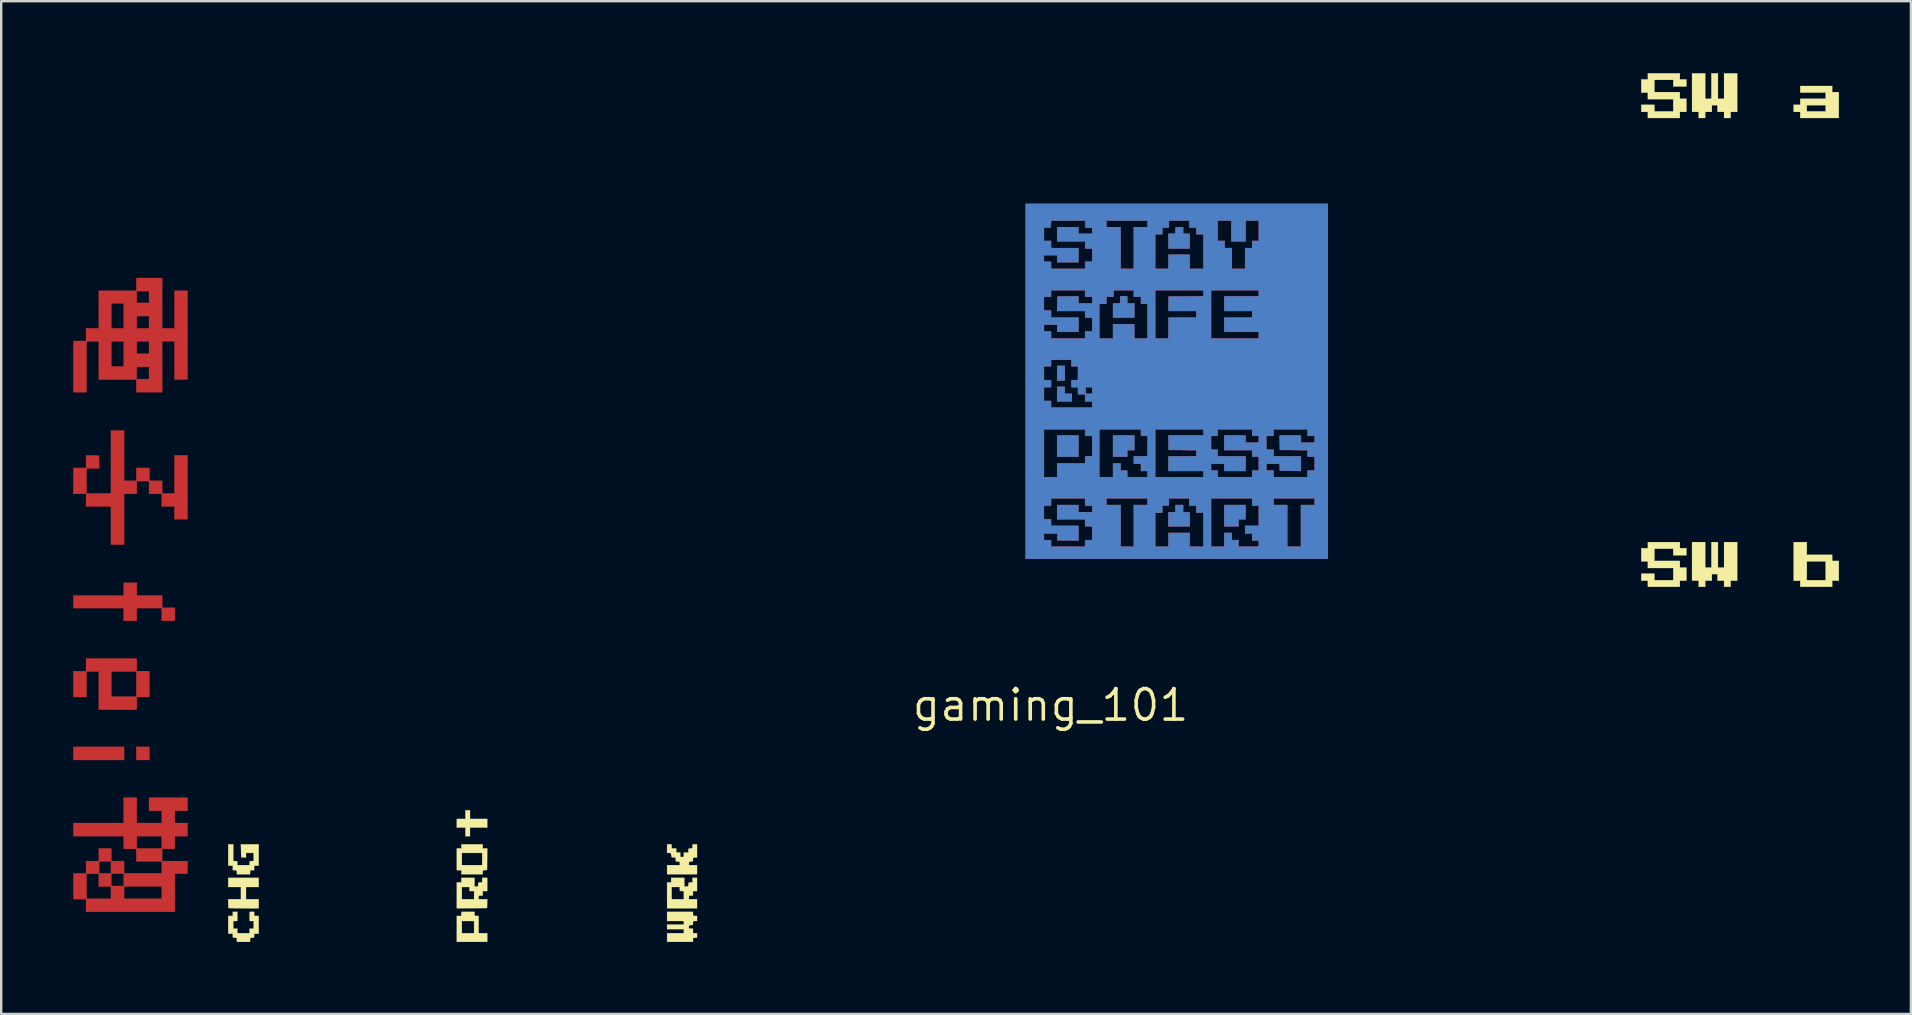
<source format=kicad_pcb>
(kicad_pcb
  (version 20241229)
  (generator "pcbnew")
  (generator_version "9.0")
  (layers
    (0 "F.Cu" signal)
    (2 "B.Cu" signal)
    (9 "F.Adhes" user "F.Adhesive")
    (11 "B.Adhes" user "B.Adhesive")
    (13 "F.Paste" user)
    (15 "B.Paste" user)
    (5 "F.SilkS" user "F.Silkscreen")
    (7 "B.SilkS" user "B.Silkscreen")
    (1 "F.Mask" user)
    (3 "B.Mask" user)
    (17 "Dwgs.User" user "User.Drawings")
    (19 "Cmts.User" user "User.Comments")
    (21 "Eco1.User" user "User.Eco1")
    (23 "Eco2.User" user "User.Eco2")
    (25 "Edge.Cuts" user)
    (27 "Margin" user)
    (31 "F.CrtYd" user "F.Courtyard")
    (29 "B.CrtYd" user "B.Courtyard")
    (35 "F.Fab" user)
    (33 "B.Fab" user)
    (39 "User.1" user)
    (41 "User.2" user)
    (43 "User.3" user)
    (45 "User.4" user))
  (footprint "gaming_101"
    (layer "F.Cu")
    (at 40.73 26.336)
    (property "Reference" "gaming_101" (at 0 0 0) (layer "F.SilkS") (effects (font (size 1.27 1.27) (thickness 0.15))))
    (attr through_hole)
    (fp_poly (pts (xy -38.608 2.286) (xy -40.725 2.286) (xy -40.725 1.736) (xy -38.608 1.736) (xy -38.608 2.286)) (stroke (width 0.01) (type solid)) (fill yes) (layer "F.Cu"))
    (fp_poly (pts (xy -37.55 2.286) (xy -38.1 2.286) (xy -38.1 1.736) (xy -37.55 1.736) (xy -37.55 2.286)) (stroke (width 0.01) (type solid)) (fill yes) (layer "F.Cu"))
    (fp_poly (pts (xy 0.593 -13.525) (xy 0.275 -13.525) (xy 0.275 -14.139) (xy 0.593 -14.139) (xy 0.593 -13.525)) (stroke (width 0.01) (type solid)) (fill yes) (layer "F.Cu"))
    (fp_poly (pts (xy 1.164 -10.351) (xy 0.275 -10.351) (xy 0.275 -11.239) (xy 1.164 -11.239) (xy 1.164 -10.351)) (stroke (width 0.01) (type solid)) (fill yes) (layer "F.Cu"))
    (fp_poly (pts (xy 0.593 -12.975) (xy 0.889 -12.975) (xy 0.889 -12.658) (xy 0.275 -12.658) (xy 0.275 -13.271) (xy 0.593 -13.271) (xy 0.593 -12.975)) (stroke (width 0.01) (type solid)) (fill yes) (layer "F.Cu"))
    (fp_poly (pts (xy 3.493 -10.626) (xy 3.196 -10.626) (xy 3.196 -10.351) (xy 2.603 -10.351) (xy 2.603 -11.239) (xy 3.493 -11.239) (xy 3.493 -10.626)) (stroke (width 0.01) (type solid)) (fill yes) (layer "F.Cu"))
    (fp_poly (pts (xy 8.128 -7.747) (xy 7.832 -7.747) (xy 7.832 -7.451) (xy 7.239 -7.451) (xy 7.239 -8.34) (xy 8.128 -8.34) (xy 8.128 -7.747)) (stroke (width 0.01) (type solid)) (fill yes) (layer "F.Cu"))
    (fp_poly (pts (xy 3.196 -16.743) (xy 3.493 -16.743) (xy 3.493 -16.15) (xy 2.603 -16.15) (xy 2.603 -16.743) (xy 2.9 -16.743) (xy 2.9 -17.039) (xy 3.196 -17.039) (xy 3.196 -16.743)) (stroke (width 0.01) (type solid)) (fill yes) (layer "F.Cu"))
    (fp_poly (pts (xy 5.524 -19.643) (xy 5.8 -19.643) (xy 5.8 -19.029) (xy 4.911 -19.029) (xy 4.911 -19.643) (xy 5.207 -19.643) (xy 5.207 -19.918) (xy 5.524 -19.918) (xy 5.524 -19.643)) (stroke (width 0.01) (type solid)) (fill yes) (layer "F.Cu"))
    (fp_poly (pts (xy 5.524 -8.043) (xy 5.8 -8.043) (xy 5.8 -7.451) (xy 4.911 -7.451) (xy 4.911 -8.043) (xy 5.207 -8.043) (xy 5.207 -8.34) (xy 5.524 -8.34) (xy 5.524 -8.043)) (stroke (width 0.01) (type solid)) (fill yes) (layer "F.Cu"))
    (fp_poly (pts (xy -38.079 -4.572) (xy -37.02 -4.572) (xy -37.02 -4.064) (xy -36.491 -4.064) (xy -36.491 -3.514) (xy -37.042 -3.514) (xy -37.042 -4.043) (xy -38.079 -4.043) (xy -38.079 -3.514) (xy -38.629 -3.514) (xy -38.629 -4.043) (xy -40.725 -4.043) (xy -40.725 -4.572) (xy -38.629 -4.572) (xy -38.629 -5.101) (xy -38.079 -5.101) (xy -38.079 -4.572)) (stroke (width 0.01) (type solid)) (fill yes) (layer "F.Cu"))
    (fp_poly (pts (xy -38.079 -1.418) (xy -37.55 -1.418) (xy -37.55 -0.339) (xy -38.079 -0.339) (xy -38.079 0.191) (xy -39.666 0.191) (xy -39.666 -1.397) (xy -39.137 -1.397) (xy -39.137 -0.36) (xy -38.1 -0.36) (xy -38.1 -1.397) (xy -39.137 -1.397) (xy -39.666 -1.397) (xy -40.174 -1.397) (xy -40.174 -0.339) (xy -40.725 -0.339) (xy -40.725 -1.418) (xy -40.196 -1.418) (xy -40.196 -1.947) (xy -38.079 -1.947) (xy -38.079 -1.418)) (stroke (width 0.01) (type solid)) (fill yes) (layer "F.Cu"))
    (fp_poly (pts (xy -38.608 -9.356) (xy -38.1 -9.356) (xy -38.1 -9.885) (xy -37.55 -9.885) (xy -37.55 -9.356) (xy -37.02 -9.356) (xy -37.02 -8.826) (xy -36.513 -8.826) (xy -36.513 -10.414) (xy -35.962 -10.414) (xy -35.962 -7.747) (xy -36.513 -7.747) (xy -36.513 -8.276) (xy -37.042 -8.276) (xy -37.042 -8.805) (xy -37.571 -8.805) (xy -37.571 -9.335) (xy -38.079 -9.335) (xy -38.079 -8.805) (xy -38.608 -8.805) (xy -38.608 -6.689) (xy -39.158 -6.689) (xy -39.158 -8.276) (xy -40.196 -8.276) (xy -40.196 -8.805) (xy -40.725 -8.805) (xy -40.725 -9.885) (xy -40.196 -9.885) (xy -40.196 -10.415) (xy -39.656 -10.403) (xy -39.644 -9.864) (xy -40.174 -9.864) (xy -40.174 -8.826) (xy -39.158 -8.826) (xy -39.158 -11.451) (xy -38.608 -11.451) (xy -38.608 -9.356)) (stroke (width 0.01) (type solid)) (fill yes) (layer "F.Cu"))
    (fp_poly (pts (xy -37.02 -15.706) (xy -36.513 -15.706) (xy -36.513 -17.272) (xy -35.962 -17.272) (xy -35.962 -13.568) (xy -36.513 -13.568) (xy -36.513 -15.155) (xy -37.02 -15.155) (xy -37.02 -13.039) (xy -38.1 -13.039) (xy -38.1 -13.568) (xy -39.666 -13.568) (xy -39.666 -14.097) (xy -38.079 -14.097) (xy -38.079 -13.589) (xy -37.571 -13.589) (xy -37.571 -14.097) (xy -38.079 -14.097) (xy -39.666 -14.097) (xy -39.666 -15.155) (xy -39.137 -15.155) (xy -39.137 -14.118) (xy -38.629 -14.118) (xy -38.629 -15.155) (xy -38.079 -15.155) (xy -38.079 -14.647) (xy -37.571 -14.647) (xy -37.571 -15.155) (xy -38.079 -15.155) (xy -38.629 -15.155) (xy -39.137 -15.155) (xy -39.666 -15.155) (xy -40.174 -15.155) (xy -40.174 -13.039) (xy -40.725 -13.039) (xy -40.725 -15.177) (xy -40.196 -15.177) (xy -40.196 -15.706) (xy -39.666 -15.706) (xy -39.666 -16.743) (xy -39.137 -16.743) (xy -39.137 -15.706) (xy -38.629 -15.706) (xy -38.629 -16.214) (xy -38.079 -16.214) (xy -38.079 -15.706) (xy -37.571 -15.706) (xy -37.571 -16.214) (xy -38.079 -16.214) (xy -38.629 -16.214) (xy -38.629 -16.743) (xy -39.137 -16.743) (xy -39.666 -16.743) (xy -39.666 -17.251) (xy -38.079 -17.251) (xy -38.079 -16.764) (xy -37.571 -16.764) (xy -37.571 -17.251) (xy -38.079 -17.251) (xy -39.666 -17.251) (xy -39.666 -17.272) (xy -38.1 -17.272) (xy -38.1 -17.801) (xy -37.02 -17.801) (xy -37.02 -15.706)) (stroke (width 0.01) (type solid)) (fill yes) (layer "F.Cu"))
    (fp_poly (pts (xy -38.079 4.911) (xy -37.042 4.911) (xy -37.042 4.403) (xy -37.571 4.403) (xy -37.571 3.852) (xy -35.962 3.852) (xy -35.962 4.403) (xy -36.491 4.403) (xy -36.491 4.911) (xy -35.962 4.911) (xy -35.962 5.461) (xy -36.491 5.461) (xy -36.491 5.99) (xy -37.02 5.99) (xy -37.02 6.498) (xy -35.962 6.498) (xy -35.962 7.027) (xy -36.491 7.027) (xy -36.491 8.615) (xy -40.196 8.615) (xy -40.196 8.086) (xy -40.725 8.086) (xy -40.725 7.027) (xy -40.174 7.027) (xy -40.174 8.065) (xy -39.158 8.065) (xy -39.158 7.556) (xy -38.608 7.556) (xy -38.608 8.065) (xy -37.042 8.065) (xy -37.042 7.556) (xy -38.608 7.556) (xy -39.158 7.556) (xy -39.666 7.556) (xy -39.666 7.027) (xy -39.137 7.027) (xy -39.137 7.535) (xy -38.629 7.535) (xy -38.629 7.027) (xy -39.137 7.027) (xy -39.666 7.027) (xy -40.174 7.027) (xy -40.725 7.027) (xy -40.725 7.006) (xy -40.196 7.006) (xy -40.196 6.519) (xy -39.645 6.519) (xy -39.645 7.006) (xy -39.158 7.006) (xy -39.158 6.519) (xy -39.645 6.519) (xy -40.196 6.519) (xy -40.196 6.498) (xy -39.666 6.498) (xy -39.666 5.969) (xy -39.137 5.969) (xy -39.137 6.498) (xy -38.608 6.498) (xy -38.608 7.006) (xy -37.042 7.006) (xy -37.042 6.519) (xy -38.1 6.519) (xy -38.1 5.99) (xy -38.629 5.99) (xy -38.629 5.461) (xy -38.079 5.461) (xy -38.079 5.969) (xy -37.042 5.969) (xy -37.042 5.461) (xy -38.079 5.461) (xy -38.629 5.461) (xy -40.725 5.461) (xy -40.725 4.911) (xy -38.629 4.911) (xy -38.629 3.852) (xy -38.079 3.852) (xy -38.079 4.911)) (stroke (width 0.01) (type solid)) (fill yes) (layer "F.Cu"))
    (fp_poly (pts (xy 11.557 -6.096) (xy -1.037 -6.096) (xy -1.037 -8.319) (xy -0.275 -8.319) (xy -0.275 -7.747) (xy 0.021 -7.747) (xy 0.021 -7.472) (xy 1.164 -7.472) (xy 1.164 -6.857) (xy 0.286 -6.869) (xy 0.273 -7.154) (xy -0.275 -7.154) (xy -0.275 -6.879) (xy 0.021 -6.879) (xy 0.021 -6.604) (xy 1.439 -6.604) (xy 1.439 -6.879) (xy 1.736 -6.879) (xy 1.736 -7.451) (xy 1.439 -7.451) (xy 1.439 -7.747) (xy 0.275 -7.747) (xy 0.275 -8.34) (xy 1.164 -8.34) (xy 1.164 -8.043) (xy 1.736 -8.043) (xy 1.736 -8.319) (xy 1.439 -8.319) (xy 1.439 -8.615) (xy 2.328 -8.615) (xy 2.328 -8.34) (xy 2.921 -8.34) (xy 2.921 -6.604) (xy 3.471 -6.604) (xy 3.471 -8.022) (xy 4.36 -8.022) (xy 4.36 -6.604) (xy 4.911 -6.604) (xy 4.911 -7.176) (xy 5.8 -7.176) (xy 5.8 -6.604) (xy 6.371 -6.604) (xy 6.371 -8.022) (xy 6.075 -8.022) (xy 6.075 -8.319) (xy 5.779 -8.319) (xy 5.779 -8.615) (xy 6.689 -8.615) (xy 6.689 -6.604) (xy 7.239 -6.604) (xy 7.239 -7.176) (xy 7.556 -7.176) (xy 7.556 -6.879) (xy 7.832 -6.879) (xy 7.832 -6.604) (xy 8.678 -6.604) (xy 8.678 -6.858) (xy 8.403 -6.858) (xy 8.403 -7.154) (xy 8.107 -7.154) (xy 8.107 -7.472) (xy 8.678 -7.472) (xy 8.678 -8.319) (xy 8.403 -8.319) (xy 8.403 -8.615) (xy 9.292 -8.615) (xy 9.292 -8.34) (xy 9.864 -8.34) (xy 9.864 -6.604) (xy 10.435 -6.604) (xy 10.435 -8.34) (xy 11.007 -8.34) (xy 11.007 -8.615) (xy 9.292 -8.615) (xy 8.403 -8.615) (xy 6.689 -8.615) (xy 5.779 -8.615) (xy 4.932 -8.615) (xy 4.932 -8.319) (xy 4.657 -8.319) (xy 4.657 -8.022) (xy 4.36 -8.022) (xy 3.471 -8.022) (xy 3.471 -8.34) (xy 4.043 -8.34) (xy 4.043 -8.615) (xy 2.328 -8.615) (xy 1.439 -8.615) (xy 0.021 -8.615) (xy 0.021 -8.319) (xy -0.275 -8.319) (xy -1.037 -8.319) (xy -1.037 -11.493) (xy -0.275 -11.493) (xy -0.275 -9.504) (xy 0.275 -9.504) (xy 0.275 -10.075) (xy 1.439 -10.075) (xy 1.439 -10.372) (xy 1.736 -10.372) (xy 1.736 -11.218) (xy 1.439 -11.218) (xy 1.439 -11.493) (xy 2.032 -11.493) (xy 2.032 -9.504) (xy 2.603 -9.504) (xy 2.603 -10.075) (xy 2.921 -10.075) (xy 2.921 -9.779) (xy 3.196 -9.779) (xy 3.196 -9.504) (xy 4.043 -9.504) (xy 4.043 -9.758) (xy 3.768 -9.758) (xy 3.768 -10.054) (xy 3.471 -10.054) (xy 3.471 -10.372) (xy 4.043 -10.372) (xy 4.043 -11.218) (xy 3.768 -11.218) (xy 3.768 -11.493) (xy 4.36 -11.493) (xy 4.36 -9.504) (xy 6.371 -9.504) (xy 6.371 -9.758) (xy 4.911 -9.758) (xy 4.911 -10.372) (xy 6.075 -10.372) (xy 6.075 -10.625) (xy 5.498 -10.631) (xy 4.921 -10.636) (xy 4.91 -11.218) (xy 6.689 -11.218) (xy 6.689 -10.647) (xy 6.964 -10.647) (xy 6.964 -10.372) (xy 8.128 -10.372) (xy 8.128 -9.758) (xy 7.239 -9.758) (xy 7.239 -10.054) (xy 6.689 -10.054) (xy 6.689 -9.779) (xy 6.964 -9.779) (xy 6.964 -9.504) (xy 8.403 -9.504) (xy 8.403 -9.779) (xy 8.678 -9.779) (xy 8.678 -10.351) (xy 8.403 -10.351) (xy 8.403 -10.626) (xy 7.239 -10.626) (xy 7.239 -11.239) (xy 8.128 -11.239) (xy 8.128 -10.943) (xy 8.678 -10.943) (xy 8.678 -11.218) (xy 8.996 -11.218) (xy 8.996 -10.647) (xy 9.292 -10.647) (xy 9.292 -10.372) (xy 10.435 -10.372) (xy 10.435 -9.757) (xy 9.557 -9.768) (xy 9.544 -10.054) (xy 8.996 -10.054) (xy 8.996 -9.779) (xy 9.292 -9.779) (xy 9.292 -9.504) (xy 10.71 -9.504) (xy 10.71 -9.779) (xy 11.007 -9.779) (xy 11.007 -10.351) (xy 10.71 -10.351) (xy 10.71 -10.625) (xy 10.134 -10.631) (xy 9.557 -10.636) (xy 9.545 -11.239) (xy 10.435 -11.239) (xy 10.435 -10.943) (xy 11.007 -10.943) (xy 11.007 -11.218) (xy 10.71 -11.218) (xy 10.71 -11.493) (xy 9.292 -11.493) (xy 9.292 -11.218) (xy 8.996 -11.218) (xy 8.678 -11.218) (xy 8.403 -11.218) (xy 8.403 -11.493) (xy 6.964 -11.493) (xy 6.964 -11.218) (xy 6.689 -11.218) (xy 4.91 -11.218) (xy 4.91 -11.239) (xy 6.371 -11.239) (xy 6.371 -11.493) (xy 4.36 -11.493) (xy 3.768 -11.493) (xy 2.032 -11.493) (xy 1.439 -11.493) (xy -0.275 -11.493) (xy -1.037 -11.493) (xy -1.037 -14.118) (xy -0.275 -14.118) (xy -0.275 -13.547) (xy 0.021 -13.547) (xy 0.021 -13.25) (xy -0.275 -13.25) (xy -0.275 -12.679) (xy 0.021 -12.679) (xy 0.021 -12.404) (xy 1.736 -12.404) (xy 1.736 -12.658) (xy 1.439 -12.658) (xy 1.439 -12.954) (xy 1.143 -12.954) (xy 1.143 -13.25) (xy 1.46 -13.25) (xy 1.46 -12.975) (xy 1.736 -12.975) (xy 1.736 -13.25) (xy 1.46 -13.25) (xy 1.143 -13.25) (xy 0.868 -13.25) (xy 0.868 -13.547) (xy 1.143 -13.547) (xy 1.143 -14.118) (xy 0.868 -14.118) (xy 0.868 -14.393) (xy 0.021 -14.393) (xy 0.021 -14.118) (xy -0.275 -14.118) (xy -1.037 -14.118) (xy -1.037 -17.018) (xy -0.275 -17.018) (xy -0.275 -16.447) (xy 0.021 -16.447) (xy 0.021 -16.15) (xy 1.164 -16.15) (xy 1.164 -15.557) (xy 0.275 -15.557) (xy 0.275 -15.854) (xy -0.275 -15.854) (xy -0.275 -15.579) (xy 0.021 -15.579) (xy 0.021 -15.282) (xy 1.439 -15.282) (xy 1.439 -15.579) (xy 1.736 -15.579) (xy 1.736 -16.15) (xy 1.439 -16.15) (xy 1.439 -16.425) (xy 0.274 -16.425) (xy 0.28 -16.722) (xy 2.032 -16.722) (xy 2.032 -15.282) (xy 2.603 -15.282) (xy 2.603 -15.875) (xy 3.493 -15.875) (xy 3.493 -15.282) (xy 4.043 -15.282) (xy 4.043 -16.722) (xy 3.768 -16.722) (xy 3.768 -17.018) (xy 3.471 -17.018) (xy 3.471 -17.293) (xy 4.36 -17.293) (xy 4.36 -15.282) (xy 4.911 -15.282) (xy 4.911 -16.15) (xy 6.075 -16.15) (xy 6.075 -16.425) (xy 4.91 -16.425) (xy 4.921 -17.029) (xy 5.646 -17.034) (xy 6.371 -17.04) (xy 6.371 -17.293) (xy 6.689 -17.293) (xy 6.689 -15.282) (xy 8.678 -15.282) (xy 8.678 -15.557) (xy 7.239 -15.557) (xy 7.239 -16.15) (xy 8.403 -16.15) (xy 8.403 -16.425) (xy 7.239 -16.425) (xy 7.239 -17.039) (xy 8.678 -17.039) (xy 8.678 -17.293) (xy 6.689 -17.293) (xy 6.371 -17.293) (xy 4.36 -17.293) (xy 3.471 -17.293) (xy 2.625 -17.293) (xy 2.625 -17.018) (xy 2.328 -17.018) (xy 2.328 -16.722) (xy 2.032 -16.722) (xy 0.28 -16.722) (xy 0.286 -17.029) (xy 1.164 -17.04) (xy 1.164 -16.743) (xy 1.736 -16.743) (xy 1.736 -17.018) (xy 1.439 -17.018) (xy 1.439 -17.293) (xy 0.021 -17.293) (xy 0.021 -17.018) (xy -0.275 -17.018) (xy -1.037 -17.018) (xy -1.037 -19.895) (xy -0.275 -19.895) (xy -0.275 -19.346) (xy 0.021 -19.346) (xy 0.021 -19.05) (xy 1.164 -19.05) (xy 1.164 -18.457) (xy 0.275 -18.457) (xy 0.275 -18.754) (xy -0.275 -18.754) (xy -0.275 -18.479) (xy 0.021 -18.479) (xy 0.021 -18.182) (xy 1.439 -18.182) (xy 1.439 -18.479) (xy 1.736 -18.479) (xy 1.736 -19.029) (xy 1.439 -19.029) (xy 1.439 -19.325) (xy 0.275 -19.325) (xy 0.275 -19.918) (xy 1.164 -19.918) (xy 1.164 -19.643) (xy 1.736 -19.643) (xy 1.736 -19.895) (xy 1.593 -19.901) (xy 1.45 -19.907) (xy 1.444 -20.05) (xy 1.437 -20.193) (xy 2.328 -20.193) (xy 2.328 -19.918) (xy 2.921 -19.918) (xy 2.921 -18.182) (xy 3.471 -18.182) (xy 3.471 -19.622) (xy 4.36 -19.622) (xy 4.36 -18.182) (xy 4.911 -18.182) (xy 4.911 -18.775) (xy 5.8 -18.775) (xy 5.8 -18.182) (xy 6.371 -18.182) (xy 6.371 -19.622) (xy 6.075 -19.622) (xy 6.075 -19.895) (xy 5.932 -19.901) (xy 5.789 -19.907) (xy 5.777 -20.193) (xy 6.964 -20.193) (xy 6.964 -19.346) (xy 7.26 -19.346) (xy 7.26 -19.05) (xy 7.556 -19.05) (xy 7.556 -18.182) (xy 8.107 -18.182) (xy 8.107 -19.05) (xy 8.403 -19.05) (xy 8.403 -19.346) (xy 8.678 -19.346) (xy 8.678 -20.193) (xy 8.128 -20.193) (xy 8.128 -19.325) (xy 7.535 -19.325) (xy 7.535 -20.193) (xy 6.964 -20.193) (xy 5.777 -20.193) (xy 4.932 -20.193) (xy 4.932 -19.897) (xy 4.657 -19.897) (xy 4.657 -19.622) (xy 4.36 -19.622) (xy 3.471 -19.622) (xy 3.471 -19.918) (xy 4.043 -19.918) (xy 4.043 -20.193) (xy 2.328 -20.193) (xy 1.437 -20.193) (xy 0.023 -20.193) (xy 0.017 -20.05) (xy 0.011 -19.907) (xy -0.132 -19.901) (xy -0.275 -19.895) (xy -1.037 -19.895) (xy -1.037 -20.892) (xy 11.557 -20.892) (xy 11.557 -6.096)) (stroke (width 0.01) (type solid)) (fill yes) (layer "F.Cu"))
    (fp_poly (pts (xy -38.608 2.286) (xy -40.725 2.286) (xy -40.725 1.736) (xy -38.608 1.736) (xy -38.608 2.286)) (stroke (width 0.01) (type solid)) (fill yes) (layer "F.Mask"))
    (fp_poly (pts (xy -37.55 2.286) (xy -38.1 2.286) (xy -38.1 1.736) (xy -37.55 1.736) (xy -37.55 2.286)) (stroke (width 0.01) (type solid)) (fill yes) (layer "F.Mask"))
    (fp_poly (pts (xy 11.557 -6.096) (xy -1.037 -6.096) (xy -1.037 -20.892) (xy 11.557 -20.892) (xy 11.557 -6.096)) (stroke (width 0.01) (type solid)) (fill yes) (layer "F.Mask"))
    (fp_poly (pts (xy -38.079 -4.572) (xy -37.02 -4.572) (xy -37.02 -4.064) (xy -36.491 -4.064) (xy -36.491 -3.514) (xy -37.042 -3.514) (xy -37.042 -4.043) (xy -38.079 -4.043) (xy -38.079 -3.514) (xy -38.629 -3.514) (xy -38.629 -4.043) (xy -40.725 -4.043) (xy -40.725 -4.572) (xy -38.629 -4.572) (xy -38.629 -5.101) (xy -38.079 -5.101) (xy -38.079 -4.572)) (stroke (width 0.01) (type solid)) (fill yes) (layer "F.Mask"))
    (fp_poly (pts (xy -38.079 -1.418) (xy -37.55 -1.418) (xy -37.55 -0.339) (xy -38.079 -0.339) (xy -38.079 0.191) (xy -39.666 0.191) (xy -39.666 -1.397) (xy -39.137 -1.397) (xy -39.137 -0.36) (xy -38.1 -0.36) (xy -38.1 -1.397) (xy -39.137 -1.397) (xy -39.666 -1.397) (xy -40.174 -1.397) (xy -40.174 -0.339) (xy -40.725 -0.339) (xy -40.725 -1.418) (xy -40.196 -1.418) (xy -40.196 -1.947) (xy -38.079 -1.947) (xy -38.079 -1.418)) (stroke (width 0.01) (type solid)) (fill yes) (layer "F.Mask"))
    (fp_poly (pts (xy -38.608 -9.356) (xy -38.1 -9.356) (xy -38.1 -9.885) (xy -37.55 -9.885) (xy -37.55 -9.356) (xy -37.02 -9.356) (xy -37.02 -8.826) (xy -36.513 -8.826) (xy -36.513 -10.414) (xy -35.962 -10.414) (xy -35.962 -7.747) (xy -36.513 -7.747) (xy -36.513 -8.276) (xy -37.042 -8.276) (xy -37.042 -8.805) (xy -37.571 -8.805) (xy -37.571 -9.335) (xy -38.079 -9.335) (xy -38.079 -8.805) (xy -38.608 -8.805) (xy -38.608 -6.689) (xy -39.158 -6.689) (xy -39.158 -8.276) (xy -40.196 -8.276) (xy -40.196 -8.805) (xy -40.725 -8.805) (xy -40.725 -9.885) (xy -40.196 -9.885) (xy -40.196 -10.415) (xy -39.656 -10.403) (xy -39.644 -9.864) (xy -40.174 -9.864) (xy -40.174 -8.826) (xy -39.158 -8.826) (xy -39.158 -11.451) (xy -38.608 -11.451) (xy -38.608 -9.356)) (stroke (width 0.01) (type solid)) (fill yes) (layer "F.Mask"))
    (fp_poly (pts (xy -37.02 -15.706) (xy -36.513 -15.706) (xy -36.513 -17.272) (xy -35.962 -17.272) (xy -35.962 -13.568) (xy -36.513 -13.568) (xy -36.513 -15.155) (xy -37.02 -15.155) (xy -37.02 -13.039) (xy -38.1 -13.039) (xy -38.1 -13.568) (xy -39.666 -13.568) (xy -39.666 -14.097) (xy -38.079 -14.097) (xy -38.079 -13.589) (xy -37.571 -13.589) (xy -37.571 -14.097) (xy -38.079 -14.097) (xy -39.666 -14.097) (xy -39.666 -15.155) (xy -39.137 -15.155) (xy -39.137 -14.118) (xy -38.629 -14.118) (xy -38.629 -15.155) (xy -38.079 -15.155) (xy -38.079 -14.647) (xy -37.571 -14.647) (xy -37.571 -15.155) (xy -38.079 -15.155) (xy -38.629 -15.155) (xy -39.137 -15.155) (xy -39.666 -15.155) (xy -40.174 -15.155) (xy -40.174 -13.039) (xy -40.725 -13.039) (xy -40.725 -15.177) (xy -40.196 -15.177) (xy -40.196 -15.706) (xy -39.666 -15.706) (xy -39.666 -16.743) (xy -39.137 -16.743) (xy -39.137 -15.706) (xy -38.629 -15.706) (xy -38.629 -16.214) (xy -38.079 -16.214) (xy -38.079 -15.706) (xy -37.571 -15.706) (xy -37.571 -16.214) (xy -38.079 -16.214) (xy -38.629 -16.214) (xy -38.629 -16.743) (xy -39.137 -16.743) (xy -39.666 -16.743) (xy -39.666 -17.251) (xy -38.079 -17.251) (xy -38.079 -16.764) (xy -37.571 -16.764) (xy -37.571 -17.251) (xy -38.079 -17.251) (xy -39.666 -17.251) (xy -39.666 -17.272) (xy -38.1 -17.272) (xy -38.1 -17.801) (xy -37.02 -17.801) (xy -37.02 -15.706)) (stroke (width 0.01) (type solid)) (fill yes) (layer "F.Mask"))
    (fp_poly (pts (xy -38.079 4.911) (xy -37.042 4.911) (xy -37.042 4.403) (xy -37.571 4.403) (xy -37.571 3.852) (xy -35.962 3.852) (xy -35.962 4.403) (xy -36.491 4.403) (xy -36.491 4.911) (xy -35.962 4.911) (xy -35.962 5.461) (xy -36.491 5.461) (xy -36.491 5.99) (xy -37.02 5.99) (xy -37.02 6.498) (xy -35.962 6.498) (xy -35.962 7.027) (xy -36.491 7.027) (xy -36.491 8.615) (xy -40.196 8.615) (xy -40.196 8.086) (xy -40.725 8.086) (xy -40.725 7.027) (xy -40.174 7.027) (xy -40.174 8.065) (xy -39.158 8.065) (xy -39.158 7.556) (xy -38.608 7.556) (xy -38.608 8.065) (xy -37.042 8.065) (xy -37.042 7.556) (xy -38.608 7.556) (xy -39.158 7.556) (xy -39.666 7.556) (xy -39.666 7.027) (xy -39.137 7.027) (xy -39.137 7.535) (xy -38.629 7.535) (xy -38.629 7.027) (xy -39.137 7.027) (xy -39.666 7.027) (xy -40.174 7.027) (xy -40.725 7.027) (xy -40.725 7.006) (xy -40.196 7.006) (xy -40.196 6.519) (xy -39.645 6.519) (xy -39.645 7.006) (xy -39.158 7.006) (xy -39.158 6.519) (xy -39.645 6.519) (xy -40.196 6.519) (xy -40.196 6.498) (xy -39.666 6.498) (xy -39.666 5.969) (xy -39.137 5.969) (xy -39.137 6.498) (xy -38.608 6.498) (xy -38.608 7.006) (xy -37.042 7.006) (xy -37.042 6.519) (xy -38.1 6.519) (xy -38.1 5.99) (xy -38.629 5.99) (xy -38.629 5.461) (xy -38.079 5.461) (xy -38.079 5.969) (xy -37.042 5.969) (xy -37.042 5.461) (xy -38.079 5.461) (xy -38.629 5.461) (xy -40.725 5.461) (xy -40.725 4.911) (xy -38.629 4.911) (xy -38.629 3.852) (xy -38.079 3.852) (xy -38.079 4.911)) (stroke (width 0.01) (type solid)) (fill yes) (layer "F.Mask"))
    (fp_poly (pts (xy 0.593 -13.525) (xy 0.275 -13.525) (xy 0.275 -14.139) (xy 0.593 -14.139) (xy 0.593 -13.525)) (stroke (width 0.01) (type solid)) (fill yes) (layer "B.Cu"))
    (fp_poly (pts (xy 1.164 -10.351) (xy 0.275 -10.351) (xy 0.275 -11.239) (xy 1.164 -11.239) (xy 1.164 -10.351)) (stroke (width 0.01) (type solid)) (fill yes) (layer "B.Cu"))
    (fp_poly (pts (xy 0.593 -12.975) (xy 0.889 -12.975) (xy 0.889 -12.658) (xy 0.275 -12.658) (xy 0.275 -13.271) (xy 0.593 -13.271) (xy 0.593 -12.975)) (stroke (width 0.01) (type solid)) (fill yes) (layer "B.Cu"))
    (fp_poly (pts (xy 3.493 -10.626) (xy 3.196 -10.626) (xy 3.196 -10.351) (xy 2.603 -10.351) (xy 2.603 -11.239) (xy 3.493 -11.239) (xy 3.493 -10.626)) (stroke (width 0.01) (type solid)) (fill yes) (layer "B.Cu"))
    (fp_poly (pts (xy 8.128 -7.747) (xy 7.832 -7.747) (xy 7.832 -7.451) (xy 7.239 -7.451) (xy 7.239 -8.34) (xy 8.128 -8.34) (xy 8.128 -7.747)) (stroke (width 0.01) (type solid)) (fill yes) (layer "B.Cu"))
    (fp_poly (pts (xy 3.196 -16.743) (xy 3.493 -16.743) (xy 3.493 -16.15) (xy 2.603 -16.15) (xy 2.603 -16.743) (xy 2.9 -16.743) (xy 2.9 -17.039) (xy 3.196 -17.039) (xy 3.196 -16.743)) (stroke (width 0.01) (type solid)) (fill yes) (layer "B.Cu"))
    (fp_poly (pts (xy 5.524 -19.643) (xy 5.8 -19.643) (xy 5.8 -19.029) (xy 4.911 -19.029) (xy 4.911 -19.643) (xy 5.207 -19.643) (xy 5.207 -19.918) (xy 5.524 -19.918) (xy 5.524 -19.643)) (stroke (width 0.01) (type solid)) (fill yes) (layer "B.Cu"))
    (fp_poly (pts (xy 5.524 -8.043) (xy 5.8 -8.043) (xy 5.8 -7.451) (xy 4.911 -7.451) (xy 4.911 -8.043) (xy 5.207 -8.043) (xy 5.207 -8.34) (xy 5.524 -8.34) (xy 5.524 -8.043)) (stroke (width 0.01) (type solid)) (fill yes) (layer "B.Cu"))
    (fp_poly (pts (xy 11.557 -6.096) (xy -1.037 -6.096) (xy -1.037 -8.319) (xy -0.275 -8.319) (xy -0.275 -7.747) (xy 0.021 -7.747) (xy 0.021 -7.472) (xy 1.164 -7.472) (xy 1.164 -6.857) (xy 0.286 -6.869) (xy 0.273 -7.154) (xy -0.275 -7.154) (xy -0.275 -6.879) (xy 0.021 -6.879) (xy 0.021 -6.604) (xy 1.439 -6.604) (xy 1.439 -6.879) (xy 1.736 -6.879) (xy 1.736 -7.451) (xy 1.439 -7.451) (xy 1.439 -7.747) (xy 0.275 -7.747) (xy 0.275 -8.34) (xy 1.164 -8.34) (xy 1.164 -8.043) (xy 1.736 -8.043) (xy 1.736 -8.319) (xy 1.439 -8.319) (xy 1.439 -8.615) (xy 2.328 -8.615) (xy 2.328 -8.34) (xy 2.921 -8.34) (xy 2.921 -6.604) (xy 3.471 -6.604) (xy 3.471 -8.022) (xy 4.36 -8.022) (xy 4.36 -6.604) (xy 4.911 -6.604) (xy 4.911 -7.176) (xy 5.8 -7.176) (xy 5.8 -6.604) (xy 6.371 -6.604) (xy 6.371 -8.022) (xy 6.075 -8.022) (xy 6.075 -8.319) (xy 5.779 -8.319) (xy 5.779 -8.615) (xy 6.689 -8.615) (xy 6.689 -6.604) (xy 7.239 -6.604) (xy 7.239 -7.176) (xy 7.556 -7.176) (xy 7.556 -6.879) (xy 7.832 -6.879) (xy 7.832 -6.604) (xy 8.678 -6.604) (xy 8.678 -6.858) (xy 8.403 -6.858) (xy 8.403 -7.154) (xy 8.107 -7.154) (xy 8.107 -7.472) (xy 8.678 -7.472) (xy 8.678 -8.319) (xy 8.403 -8.319) (xy 8.403 -8.615) (xy 9.292 -8.615) (xy 9.292 -8.34) (xy 9.864 -8.34) (xy 9.864 -6.604) (xy 10.435 -6.604) (xy 10.435 -8.34) (xy 11.007 -8.34) (xy 11.007 -8.615) (xy 9.292 -8.615) (xy 8.403 -8.615) (xy 6.689 -8.615) (xy 5.779 -8.615) (xy 4.932 -8.615) (xy 4.932 -8.319) (xy 4.657 -8.319) (xy 4.657 -8.022) (xy 4.36 -8.022) (xy 3.471 -8.022) (xy 3.471 -8.34) (xy 4.043 -8.34) (xy 4.043 -8.615) (xy 2.328 -8.615) (xy 1.439 -8.615) (xy 0.021 -8.615) (xy 0.021 -8.319) (xy -0.275 -8.319) (xy -1.037 -8.319) (xy -1.037 -11.493) (xy -0.275 -11.493) (xy -0.275 -9.504) (xy 0.275 -9.504) (xy 0.275 -10.075) (xy 1.439 -10.075) (xy 1.439 -10.372) (xy 1.736 -10.372) (xy 1.736 -11.218) (xy 1.439 -11.218) (xy 1.439 -11.493) (xy 2.032 -11.493) (xy 2.032 -9.504) (xy 2.603 -9.504) (xy 2.603 -10.075) (xy 2.921 -10.075) (xy 2.921 -9.779) (xy 3.196 -9.779) (xy 3.196 -9.504) (xy 4.043 -9.504) (xy 4.043 -9.758) (xy 3.768 -9.758) (xy 3.768 -10.054) (xy 3.471 -10.054) (xy 3.471 -10.372) (xy 4.043 -10.372) (xy 4.043 -11.218) (xy 3.768 -11.218) (xy 3.768 -11.493) (xy 4.36 -11.493) (xy 4.36 -9.504) (xy 6.371 -9.504) (xy 6.371 -9.758) (xy 4.911 -9.758) (xy 4.911 -10.372) (xy 6.075 -10.372) (xy 6.075 -10.625) (xy 5.498 -10.631) (xy 4.921 -10.636) (xy 4.91 -11.218) (xy 6.689 -11.218) (xy 6.689 -10.647) (xy 6.964 -10.647) (xy 6.964 -10.372) (xy 8.128 -10.372) (xy 8.128 -9.758) (xy 7.239 -9.758) (xy 7.239 -10.054) (xy 6.689 -10.054) (xy 6.689 -9.779) (xy 6.964 -9.779) (xy 6.964 -9.504) (xy 8.403 -9.504) (xy 8.403 -9.779) (xy 8.678 -9.779) (xy 8.678 -10.351) (xy 8.403 -10.351) (xy 8.403 -10.626) (xy 7.239 -10.626) (xy 7.239 -11.239) (xy 8.128 -11.239) (xy 8.128 -10.943) (xy 8.678 -10.943) (xy 8.678 -11.218) (xy 8.996 -11.218) (xy 8.996 -10.647) (xy 9.292 -10.647) (xy 9.292 -10.372) (xy 10.435 -10.372) (xy 10.435 -9.757) (xy 9.557 -9.768) (xy 9.544 -10.054) (xy 8.996 -10.054) (xy 8.996 -9.779) (xy 9.292 -9.779) (xy 9.292 -9.504) (xy 10.71 -9.504) (xy 10.71 -9.779) (xy 11.007 -9.779) (xy 11.007 -10.351) (xy 10.71 -10.351) (xy 10.71 -10.625) (xy 10.134 -10.631) (xy 9.557 -10.636) (xy 9.545 -11.239) (xy 10.435 -11.239) (xy 10.435 -10.943) (xy 11.007 -10.943) (xy 11.007 -11.218) (xy 10.71 -11.218) (xy 10.71 -11.493) (xy 9.292 -11.493) (xy 9.292 -11.218) (xy 8.996 -11.218) (xy 8.678 -11.218) (xy 8.403 -11.218) (xy 8.403 -11.493) (xy 6.964 -11.493) (xy 6.964 -11.218) (xy 6.689 -11.218) (xy 4.91 -11.218) (xy 4.91 -11.239) (xy 6.371 -11.239) (xy 6.371 -11.493) (xy 4.36 -11.493) (xy 3.768 -11.493) (xy 2.032 -11.493) (xy 1.439 -11.493) (xy -0.275 -11.493) (xy -1.037 -11.493) (xy -1.037 -14.118) (xy -0.275 -14.118) (xy -0.275 -13.547) (xy 0.021 -13.547) (xy 0.021 -13.25) (xy -0.275 -13.25) (xy -0.275 -12.679) (xy 0.021 -12.679) (xy 0.021 -12.404) (xy 1.736 -12.404) (xy 1.736 -12.658) (xy 1.439 -12.658) (xy 1.439 -12.954) (xy 1.143 -12.954) (xy 1.143 -13.25) (xy 1.46 -13.25) (xy 1.46 -12.975) (xy 1.736 -12.975) (xy 1.736 -13.25) (xy 1.46 -13.25) (xy 1.143 -13.25) (xy 0.868 -13.25) (xy 0.868 -13.547) (xy 1.143 -13.547) (xy 1.143 -14.118) (xy 0.868 -14.118) (xy 0.868 -14.393) (xy 0.021 -14.393) (xy 0.021 -14.118) (xy -0.275 -14.118) (xy -1.037 -14.118) (xy -1.037 -17.018) (xy -0.275 -17.018) (xy -0.275 -16.447) (xy 0.021 -16.447) (xy 0.021 -16.15) (xy 1.164 -16.15) (xy 1.164 -15.557) (xy 0.275 -15.557) (xy 0.275 -15.854) (xy -0.275 -15.854) (xy -0.275 -15.579) (xy 0.021 -15.579) (xy 0.021 -15.282) (xy 1.439 -15.282) (xy 1.439 -15.579) (xy 1.736 -15.579) (xy 1.736 -16.15) (xy 1.439 -16.15) (xy 1.439 -16.425) (xy 0.274 -16.425) (xy 0.28 -16.722) (xy 2.032 -16.722) (xy 2.032 -15.282) (xy 2.603 -15.282) (xy 2.603 -15.875) (xy 3.493 -15.875) (xy 3.493 -15.282) (xy 4.043 -15.282) (xy 4.043 -16.722) (xy 3.768 -16.722) (xy 3.768 -17.018) (xy 3.471 -17.018) (xy 3.471 -17.293) (xy 4.36 -17.293) (xy 4.36 -15.282) (xy 4.911 -15.282) (xy 4.911 -16.15) (xy 6.075 -16.15) (xy 6.075 -16.425) (xy 4.91 -16.425) (xy 4.921 -17.029) (xy 5.646 -17.034) (xy 6.371 -17.04) (xy 6.371 -17.293) (xy 6.689 -17.293) (xy 6.689 -15.282) (xy 8.678 -15.282) (xy 8.678 -15.557) (xy 7.239 -15.557) (xy 7.239 -16.15) (xy 8.403 -16.15) (xy 8.403 -16.425) (xy 7.239 -16.425) (xy 7.239 -17.039) (xy 8.678 -17.039) (xy 8.678 -17.293) (xy 6.689 -17.293) (xy 6.371 -17.293) (xy 4.36 -17.293) (xy 3.471 -17.293) (xy 2.625 -17.293) (xy 2.625 -17.018) (xy 2.328 -17.018) (xy 2.328 -16.722) (xy 2.032 -16.722) (xy 0.28 -16.722) (xy 0.286 -17.029) (xy 1.164 -17.04) (xy 1.164 -16.743) (xy 1.736 -16.743) (xy 1.736 -17.018) (xy 1.439 -17.018) (xy 1.439 -17.293) (xy 0.021 -17.293) (xy 0.021 -17.018) (xy -0.275 -17.018) (xy -1.037 -17.018) (xy -1.037 -19.895) (xy -0.275 -19.895) (xy -0.275 -19.346) (xy 0.021 -19.346) (xy 0.021 -19.05) (xy 1.164 -19.05) (xy 1.164 -18.457) (xy 0.275 -18.457) (xy 0.275 -18.754) (xy -0.275 -18.754) (xy -0.275 -18.479) (xy 0.021 -18.479) (xy 0.021 -18.182) (xy 1.439 -18.182) (xy 1.439 -18.479) (xy 1.736 -18.479) (xy 1.736 -19.029) (xy 1.439 -19.029) (xy 1.439 -19.325) (xy 0.275 -19.325) (xy 0.275 -19.918) (xy 1.164 -19.918) (xy 1.164 -19.643) (xy 1.736 -19.643) (xy 1.736 -19.895) (xy 1.593 -19.901) (xy 1.45 -19.907) (xy 1.444 -20.05) (xy 1.437 -20.193) (xy 2.328 -20.193) (xy 2.328 -19.918) (xy 2.921 -19.918) (xy 2.921 -18.182) (xy 3.471 -18.182) (xy 3.471 -19.622) (xy 4.36 -19.622) (xy 4.36 -18.182) (xy 4.911 -18.182) (xy 4.911 -18.775) (xy 5.8 -18.775) (xy 5.8 -18.182) (xy 6.371 -18.182) (xy 6.371 -19.622) (xy 6.075 -19.622) (xy 6.075 -19.895) (xy 5.932 -19.901) (xy 5.789 -19.907) (xy 5.777 -20.193) (xy 6.964 -20.193) (xy 6.964 -19.346) (xy 7.26 -19.346) (xy 7.26 -19.05) (xy 7.556 -19.05) (xy 7.556 -18.182) (xy 8.107 -18.182) (xy 8.107 -19.05) (xy 8.403 -19.05) (xy 8.403 -19.346) (xy 8.678 -19.346) (xy 8.678 -20.193) (xy 8.128 -20.193) (xy 8.128 -19.325) (xy 7.535 -19.325) (xy 7.535 -20.193) (xy 6.964 -20.193) (xy 5.777 -20.193) (xy 4.932 -20.193) (xy 4.932 -19.897) (xy 4.657 -19.897) (xy 4.657 -19.622) (xy 4.36 -19.622) (xy 3.471 -19.622) (xy 3.471 -19.918) (xy 4.043 -19.918) (xy 4.043 -20.193) (xy 2.328 -20.193) (xy 1.437 -20.193) (xy 0.023 -20.193) (xy 0.017 -20.05) (xy 0.011 -19.907) (xy -0.132 -19.901) (xy -0.275 -19.895) (xy -1.037 -19.895) (xy -1.037 -20.892) (xy 11.557 -20.892) (xy 11.557 -6.096)) (stroke (width 0.01) (type solid)) (fill yes) (layer "B.Cu"))
    (fp_poly (pts (xy 11.557 -6.096) (xy -1.037 -6.096) (xy -1.037 -20.892) (xy 11.557 -20.892) (xy 11.557 -6.096)) (stroke (width 0.01) (type solid)) (fill yes) (layer "B.Mask"))
    (fp_poly (pts (xy -24.194 4.741) (xy -23.474 4.741) (xy -23.474 5.101) (xy -24.194 5.101) (xy -24.194 5.461) (xy -24.384 5.461) (xy -24.384 5.101) (xy -24.744 5.101) (xy -24.744 4.741) (xy -24.384 4.741) (xy -24.384 4.381) (xy -24.194 4.381) (xy -24.194 4.741)) (stroke (width 0.01) (type solid)) (fill yes) (layer "F.SilkS"))
    (fp_poly (pts (xy 31.517 -6.265) (xy 32.575 -6.265) (xy 32.575 -6.011) (xy 32.851 -6.011) (xy 32.851 -5.186) (xy 32.575 -5.186) (xy 32.575 -4.932) (xy 31.242 -4.932) (xy 31.242 -5.186) (xy 30.967 -5.186) (xy 30.967 -5.99) (xy 31.517 -5.99) (xy 31.517 -5.207) (xy 32.3 -5.207) (xy 32.3 -5.99) (xy 31.517 -5.99) (xy 30.967 -5.99) (xy 30.967 -6.795) (xy 31.517 -6.795) (xy 31.517 -6.265)) (stroke (width 0.01) (type solid)) (fill yes) (layer "F.SilkS"))
    (fp_poly (pts (xy -24.003 8.7) (xy -24.001 8.754) (xy -23.987 8.778) (xy -23.948 8.784) (xy -23.918 8.784) (xy -23.834 8.784) (xy -23.834 9.504) (xy -23.474 9.504) (xy -23.474 9.864) (xy -24.744 9.864) (xy -24.744 8.996) (xy -24.532 8.996) (xy -24.532 9.504) (xy -24.024 9.504) (xy -24.024 8.996) (xy -24.532 8.996) (xy -24.744 8.996) (xy -24.744 8.784) (xy -24.553 8.784) (xy -24.553 8.615) (xy -24.003 8.615) (xy -24.003 8.7)) (stroke (width 0.01) (type solid)) (fill yes) (layer "F.SilkS"))
    (fp_poly (pts (xy 32.575 -25.548) (xy 32.851 -25.548) (xy 32.851 -24.469) (xy 31.242 -24.469) (xy 31.242 -24.723) (xy 30.967 -24.723) (xy 30.967 -24.998) (xy 31.517 -24.998) (xy 31.517 -24.744) (xy 32.3 -24.744) (xy 32.3 -24.998) (xy 31.517 -24.998) (xy 30.967 -24.998) (xy 30.967 -25.019) (xy 31.242 -25.019) (xy 31.242 -25.273) (xy 32.3 -25.273) (xy 32.3 -25.527) (xy 31.242 -25.527) (xy 31.242 -25.802) (xy 32.575 -25.802) (xy 32.575 -25.548)) (stroke (width 0.01) (type solid)) (fill yes) (layer "F.SilkS"))
    (fp_poly (pts (xy -32.999 7.578) (xy -33.528 7.578) (xy -33.528 8.086) (xy -32.999 8.086) (xy -32.999 8.467) (xy -33.62 8.467) (xy -33.778 8.466) (xy -33.922 8.465) (xy -34.047 8.463) (xy -34.147 8.46) (xy -34.217 8.457) (xy -34.252 8.454) (xy -34.255 8.453) (xy -34.261 8.426) (xy -34.266 8.368) (xy -34.269 8.29) (xy -34.269 8.262) (xy -34.269 8.086) (xy -33.74 8.086) (xy -33.74 7.578) (xy -34.269 7.578) (xy -34.269 7.197) (xy -32.999 7.197) (xy -32.999 7.578)) (stroke (width 0.01) (type solid)) (fill yes) (layer "F.SilkS"))
    (fp_poly (pts (xy -23.664 5.969) (xy -23.473 5.969) (xy -23.479 6.419) (xy -23.484 6.869) (xy -23.574 6.875) (xy -23.631 6.881) (xy -23.657 6.896) (xy -23.664 6.932) (xy -23.664 6.965) (xy -23.664 7.048) (xy -24.553 7.048) (xy -24.553 6.879) (xy -24.744 6.879) (xy -24.744 6.16) (xy -24.532 6.16) (xy -24.532 6.668) (xy -23.686 6.668) (xy -23.686 6.16) (xy -24.532 6.16) (xy -24.744 6.16) (xy -24.744 5.969) (xy -24.553 5.969) (xy -24.553 5.8) (xy -23.664 5.8) (xy -23.664 5.969)) (stroke (width 0.01) (type solid)) (fill yes) (layer "F.SilkS"))
    (fp_poly (pts (xy 27.284 -25.273) (xy 27.538 -25.273) (xy 27.538 -26.331) (xy 27.813 -26.331) (xy 27.813 -25.273) (xy 28.067 -25.273) (xy 28.067 -26.331) (xy 28.617 -26.331) (xy 28.617 -24.723) (xy 28.342 -24.723) (xy 28.342 -24.469) (xy 28.067 -24.469) (xy 28.067 -24.723) (xy 27.792 -24.723) (xy 27.792 -24.998) (xy 27.559 -24.998) (xy 27.559 -24.723) (xy 27.284 -24.723) (xy 27.284 -24.469) (xy 27.009 -24.469) (xy 27.009 -24.723) (xy 26.733 -24.723) (xy 26.733 -26.331) (xy 27.284 -26.331) (xy 27.284 -25.273)) (stroke (width 0.01) (type solid)) (fill yes) (layer "F.SilkS"))
    (fp_poly (pts (xy 27.284 -5.736) (xy 27.538 -5.736) (xy 27.538 -6.795) (xy 27.813 -6.795) (xy 27.813 -5.736) (xy 28.067 -5.736) (xy 28.067 -6.795) (xy 28.617 -6.795) (xy 28.617 -5.186) (xy 28.342 -5.186) (xy 28.342 -4.932) (xy 28.067 -4.932) (xy 28.067 -5.186) (xy 27.792 -5.186) (xy 27.792 -5.461) (xy 27.559 -5.461) (xy 27.559 -5.186) (xy 27.284 -5.186) (xy 27.284 -4.932) (xy 27.009 -4.932) (xy 27.009 -5.186) (xy 26.733 -5.186) (xy 26.733 -6.795) (xy 27.284 -6.795) (xy 27.284 -5.736)) (stroke (width 0.01) (type solid)) (fill yes) (layer "F.SilkS"))
    (fp_poly (pts (xy 26.226 -26.077) (xy 26.501 -26.077) (xy 26.501 -25.781) (xy 25.95 -25.781) (xy 25.95 -26.056) (xy 25.167 -26.056) (xy 25.167 -25.548) (xy 26.226 -25.548) (xy 26.226 -25.273) (xy 26.501 -25.273) (xy 26.501 -24.723) (xy 26.226 -24.723) (xy 26.226 -24.469) (xy 24.892 -24.469) (xy 24.892 -24.723) (xy 24.617 -24.723) (xy 24.617 -25.019) (xy 25.167 -25.019) (xy 25.167 -24.744) (xy 25.95 -24.744) (xy 25.95 -25.252) (xy 24.892 -25.252) (xy 24.892 -25.527) (xy 24.617 -25.527) (xy 24.617 -26.077) (xy 24.892 -26.077) (xy 24.892 -26.331) (xy 26.226 -26.331) (xy 26.226 -26.077)) (stroke (width 0.01) (type solid)) (fill yes) (layer "F.SilkS"))
    (fp_poly (pts (xy 26.226 -6.54) (xy 26.501 -6.54) (xy 26.501 -6.244) (xy 25.95 -6.244) (xy 25.95 -6.519) (xy 25.167 -6.519) (xy 25.167 -6.011) (xy 26.226 -6.011) (xy 26.226 -5.736) (xy 26.501 -5.736) (xy 26.501 -5.186) (xy 26.226 -5.186) (xy 26.226 -4.932) (xy 24.892 -4.932) (xy 24.892 -5.186) (xy 24.617 -5.186) (xy 24.617 -5.482) (xy 25.167 -5.482) (xy 25.167 -5.207) (xy 25.95 -5.207) (xy 25.95 -5.715) (xy 24.892 -5.715) (xy 24.892 -5.99) (xy 24.617 -5.99) (xy 24.617 -6.54) (xy 24.892 -6.54) (xy 24.892 -6.795) (xy 26.226 -6.795) (xy 26.226 -6.54)) (stroke (width 0.01) (type solid)) (fill yes) (layer "F.SilkS"))
    (fp_poly (pts (xy -24.003 7.556) (xy -23.929 7.556) (xy -23.881 7.554) (xy -23.86 7.538) (xy -23.855 7.497) (xy -23.855 7.472) (xy -23.853 7.418) (xy -23.839 7.394) (xy -23.8 7.387) (xy -23.77 7.387) (xy -23.686 7.387) (xy -23.686 7.197) (xy -23.474 7.197) (xy -23.474 7.747) (xy -23.664 7.747) (xy -23.664 7.938) (xy -23.749 7.938) (xy -23.803 7.94) (xy -23.827 7.954) (xy -23.833 7.99) (xy -23.834 8.012) (xy -23.834 8.086) (xy -23.472 8.086) (xy -23.478 8.271) (xy -23.484 8.456) (xy -24.114 8.462) (xy -24.744 8.467) (xy -24.744 7.578) (xy -24.532 7.578) (xy -24.532 8.086) (xy -24.024 8.086) (xy -24.024 7.747) (xy -24.215 7.747) (xy -24.215 7.578) (xy -24.532 7.578) (xy -24.744 7.578) (xy -24.744 7.387) (xy -24.553 7.387) (xy -24.553 7.197) (xy -24.003 7.197) (xy -24.003 7.556)) (stroke (width 0.01) (type solid)) (fill yes) (layer "F.SilkS"))
    (fp_poly (pts (xy -34.057 6.498) (xy -33.972 6.498) (xy -33.918 6.5) (xy -33.894 6.514) (xy -33.888 6.553) (xy -33.888 6.583) (xy -33.888 6.668) (xy -33.38 6.668) (xy -33.38 6.583) (xy -33.378 6.529) (xy -33.364 6.505) (xy -33.325 6.498) (xy -33.295 6.498) (xy -33.211 6.498) (xy -33.211 6.16) (xy -33.528 6.16) (xy -33.528 6.352) (xy -33.629 6.346) (xy -33.729 6.339) (xy -33.741 5.8) (xy -32.999 5.8) (xy -32.999 6.689) (xy -33.189 6.689) (xy -33.189 6.879) (xy -33.274 6.879) (xy -33.328 6.881) (xy -33.352 6.895) (xy -33.358 6.934) (xy -33.359 6.964) (xy -33.359 7.048) (xy -33.909 7.048) (xy -33.909 6.964) (xy -33.911 6.91) (xy -33.925 6.886) (xy -33.964 6.879) (xy -33.994 6.879) (xy -34.078 6.879) (xy -34.078 6.689) (xy -34.269 6.689) (xy -34.269 5.8) (xy -34.057 5.8) (xy -34.057 6.498)) (stroke (width 0.01) (type solid)) (fill yes) (layer "F.SilkS"))
    (fp_poly (pts (xy -33.888 8.996) (xy -34.057 8.996) (xy -34.057 9.313) (xy -33.888 9.313) (xy -33.888 9.504) (xy -33.38 9.504) (xy -33.38 9.313) (xy -33.211 9.313) (xy -33.211 8.996) (xy -33.38 8.996) (xy -33.38 8.615) (xy -33.189 8.615) (xy -33.189 8.784) (xy -32.999 8.784) (xy -32.999 9.525) (xy -33.189 9.525) (xy -33.189 9.61) (xy -33.191 9.664) (xy -33.206 9.688) (xy -33.244 9.694) (xy -33.274 9.694) (xy -33.328 9.696) (xy -33.352 9.711) (xy -33.358 9.749) (xy -33.359 9.779) (xy -33.359 9.864) (xy -33.909 9.864) (xy -33.909 9.779) (xy -33.911 9.725) (xy -33.925 9.701) (xy -33.964 9.695) (xy -33.994 9.694) (xy -34.048 9.692) (xy -34.072 9.678) (xy -34.078 9.639) (xy -34.078 9.61) (xy -34.078 9.525) (xy -34.269 9.525) (xy -34.269 8.784) (xy -34.078 8.784) (xy -34.078 8.615) (xy -33.888 8.615) (xy -33.888 8.996)) (stroke (width 0.01) (type solid)) (fill yes) (layer "F.SilkS"))
    (fp_poly (pts (xy -15.261 7.556) (xy -15.177 7.556) (xy -15.122 7.554) (xy -15.098 7.54) (xy -15.092 7.502) (xy -15.092 7.472) (xy -15.09 7.418) (xy -15.076 7.394) (xy -15.037 7.387) (xy -15.007 7.387) (xy -14.922 7.387) (xy -14.922 7.197) (xy -14.732 7.197) (xy -14.732 7.747) (xy -14.901 7.747) (xy -14.901 7.938) (xy -14.986 7.938) (xy -15.04 7.94) (xy -15.064 7.954) (xy -15.07 7.99) (xy -15.071 8.012) (xy -15.071 8.086) (xy -14.732 8.086) (xy -14.732 8.467) (xy -15.981 8.467) (xy -15.981 7.578) (xy -15.79 7.578) (xy -15.79 8.086) (xy -15.282 8.086) (xy -15.282 7.747) (xy -15.367 7.747) (xy -15.421 7.745) (xy -15.445 7.731) (xy -15.451 7.692) (xy -15.452 7.662) (xy -15.452 7.578) (xy -15.79 7.578) (xy -15.981 7.578) (xy -15.981 7.387) (xy -15.812 7.387) (xy -15.812 7.197) (xy -15.261 7.197) (xy -15.261 7.556)) (stroke (width 0.01) (type solid)) (fill yes) (layer "F.SilkS"))
    (fp_poly (pts (xy -14.901 8.7) (xy -14.899 8.754) (xy -14.885 8.778) (xy -14.846 8.784) (xy -14.817 8.784) (xy -14.732 8.784) (xy -14.732 8.996) (xy -14.817 8.996) (xy -14.871 8.998) (xy -14.895 9.012) (xy -14.901 9.051) (xy -14.901 9.081) (xy -14.903 9.135) (xy -14.918 9.159) (xy -14.956 9.165) (xy -14.986 9.165) (xy -15.04 9.167) (xy -15.064 9.181) (xy -15.07 9.217) (xy -15.071 9.239) (xy -15.068 9.287) (xy -15.052 9.308) (xy -15.011 9.313) (xy -14.986 9.313) (xy -14.901 9.313) (xy -14.901 9.504) (xy -14.732 9.504) (xy -14.732 9.694) (xy -14.817 9.694) (xy -14.871 9.696) (xy -14.895 9.711) (xy -14.901 9.749) (xy -14.901 9.779) (xy -14.901 9.864) (xy -15.981 9.864) (xy -15.981 9.504) (xy -15.282 9.504) (xy -15.282 9.335) (xy -15.981 9.335) (xy -15.981 9.144) (xy -15.282 9.144) (xy -15.282 8.996) (xy -15.981 8.996) (xy -15.981 8.615) (xy -14.901 8.615) (xy -14.901 8.7)) (stroke (width 0.01) (type solid)) (fill yes) (layer "F.SilkS"))
    (fp_poly (pts (xy -15.79 5.969) (xy -15.6 5.969) (xy -15.6 6.054) (xy -15.598 6.108) (xy -15.584 6.132) (xy -15.545 6.138) (xy -15.515 6.138) (xy -15.431 6.138) (xy -15.431 6.234) (xy -15.429 6.292) (xy -15.418 6.32) (xy -15.389 6.328) (xy -15.356 6.329) (xy -15.311 6.327) (xy -15.289 6.313) (xy -15.283 6.276) (xy -15.282 6.234) (xy -15.282 6.138) (xy -15.092 6.138) (xy -15.092 6.054) (xy -15.09 5.999) (xy -15.076 5.975) (xy -15.037 5.969) (xy -15.007 5.969) (xy -14.953 5.967) (xy -14.929 5.953) (xy -14.923 5.914) (xy -14.922 5.884) (xy -14.922 5.8) (xy -14.732 5.8) (xy -14.732 6.35) (xy -14.817 6.35) (xy -14.871 6.352) (xy -14.895 6.366) (xy -14.901 6.405) (xy -14.901 6.435) (xy -14.903 6.489) (xy -14.918 6.513) (xy -14.956 6.519) (xy -14.986 6.519) (xy -15.04 6.522) (xy -15.064 6.535) (xy -15.07 6.572) (xy -15.071 6.593) (xy -15.071 6.668) (xy -14.732 6.668) (xy -14.732 7.048) (xy -15.981 7.048) (xy -15.981 6.668) (xy -15.452 6.668) (xy -15.452 6.593) (xy -15.454 6.546) (xy -15.47 6.525) (xy -15.511 6.519) (xy -15.536 6.519) (xy -15.591 6.517) (xy -15.615 6.503) (xy -15.621 6.465) (xy -15.621 6.436) (xy -15.623 6.383) (xy -15.637 6.358) (xy -15.675 6.349) (xy -15.711 6.346) (xy -15.767 6.34) (xy -15.794 6.324) (xy -15.804 6.285) (xy -15.807 6.249) (xy -15.813 6.193) (xy -15.828 6.167) (xy -15.864 6.16) (xy -15.897 6.16) (xy -15.981 6.16) (xy -15.981 5.8) (xy -15.79 5.8) (xy -15.79 5.969)) (stroke (width 0.01) (type solid)) (fill yes) (layer "F.SilkS")))
  (gr_rect
    (start -3 -3)
    (end 76.585 39.205)
    (stroke (width 0.1) (type default))
    (fill no)
    (layer "Edge.Cuts")))
</source>
